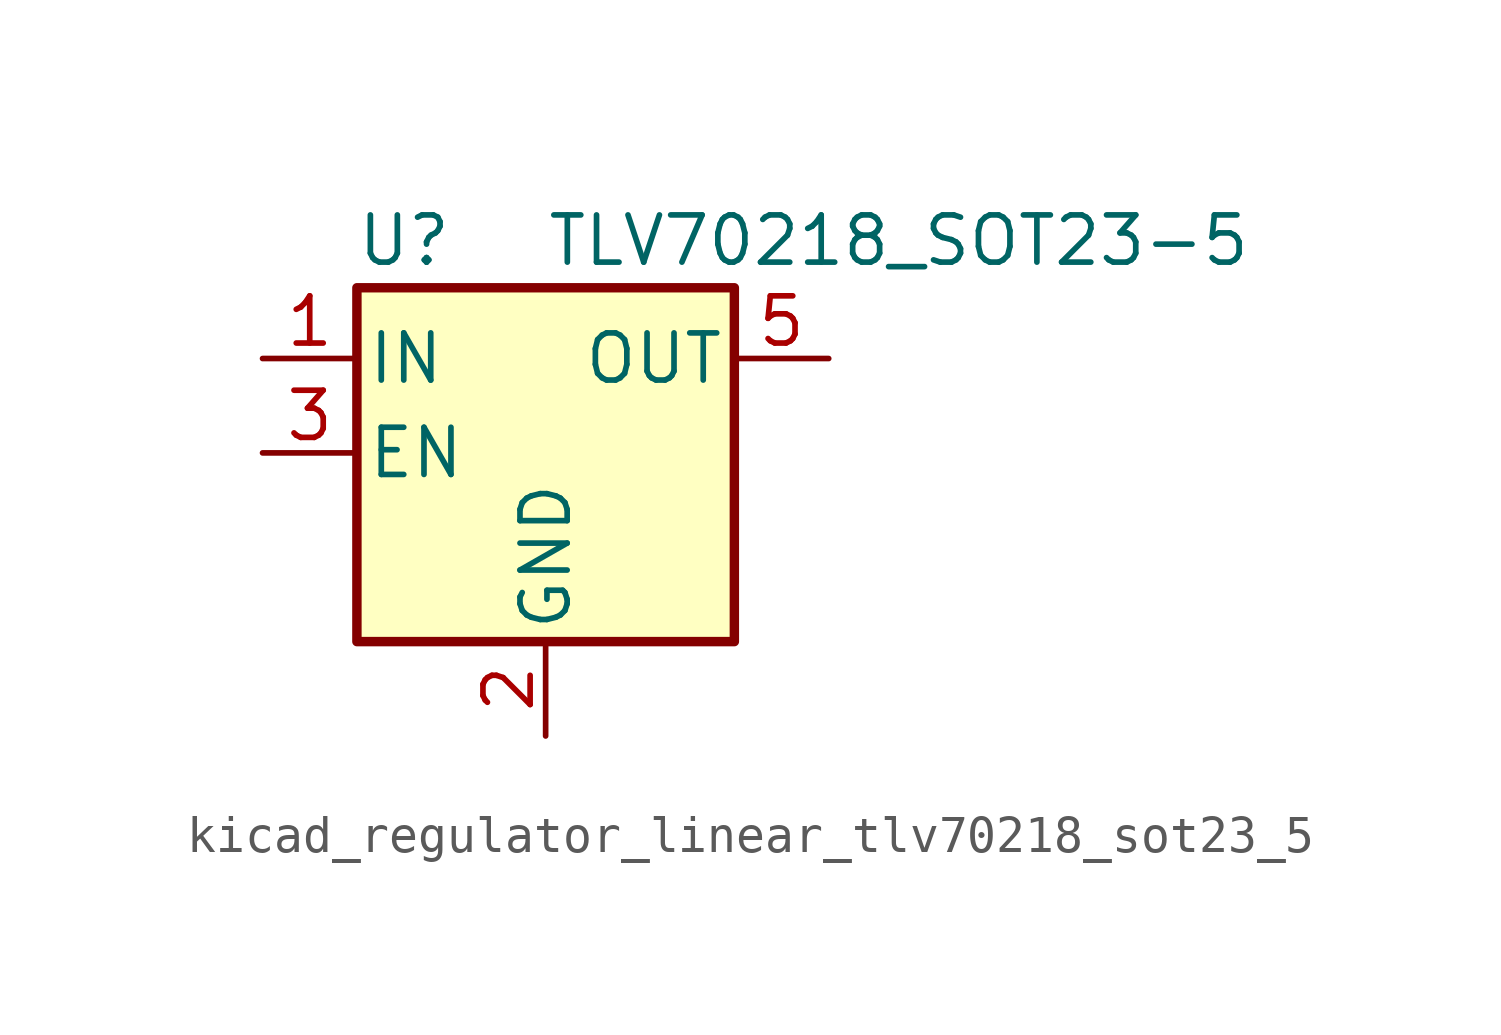
<source format=kicad_sym>
(kicad_symbol_lib
  (version 20220914)
  (generator kicad_symbol_editor)
  (symbol "kicad_regulator_linear_tlv70218_sot23_5"
    (pin_names
      (offset 0.254))
    (property "Reference" "U"
      (at -3.81 5.715 0)
      (effects (font (size 1.27 1.27))))
    (property "Value" "TLV70218_SOT23-5"
      (at 0 5.715 0)
      (effects (font (size 1.27 1.27)) (justify left)))
    (symbol "kicad_regulator_linear_tlv70218_sot23_5_0_1"
      (rectangle (start -5.08 4.445) (end 5.08 -5.08) (stroke (width 0.254) (type default)) (fill (type background))))
    (symbol "kicad_regulator_linear_tlv70218_sot23_5_1_1"
      (pin power_in line (at -7.62 2.54 0) (length 2.54) (name "IN" (effects (font (size 1.27 1.27)))) (number "1" (effects (font (size 1.27 1.27)))))
      (pin power_in line (at 0 -7.62 90) (length 2.54) (name "GND" (effects (font (size 1.27 1.27)))) (number "2" (effects (font (size 1.27 1.27)))))
      (pin input line (at -7.62 0 0) (length 2.54) (name "EN" (effects (font (size 1.27 1.27)))) (number "3" (effects (font (size 1.27 1.27)))))
      (pin no_connect line (at 5.08 0 180) (length 2.54) hide (name "NC" (effects (font (size 1.27 1.27)))) (number "4" (effects (font (size 1.27 1.27)))))
      (pin power_out line (at 7.62 2.54 180) (length 2.54) (name "OUT" (effects (font (size 1.27 1.27)))) (number "5" (effects (font (size 1.27 1.27))))))))
</source>
